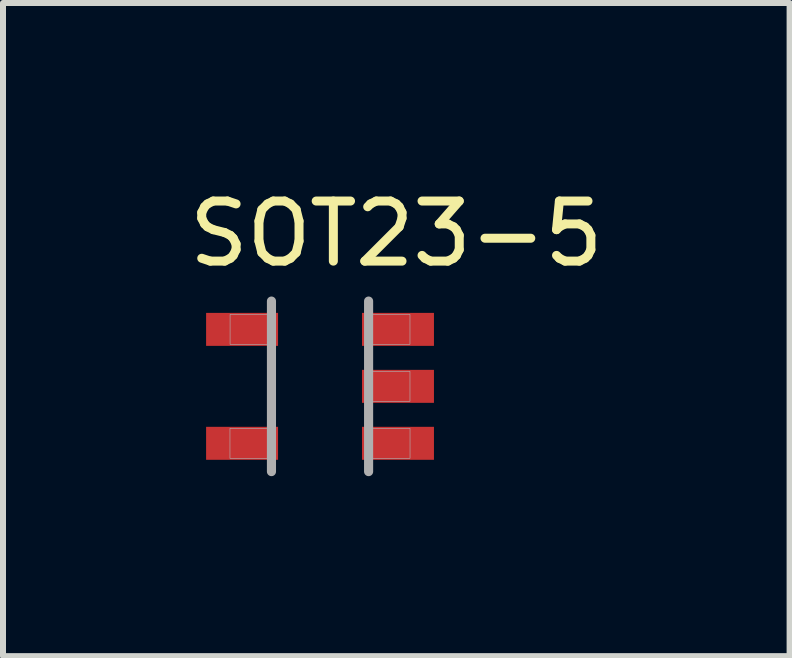
<source format=kicad_pcb>
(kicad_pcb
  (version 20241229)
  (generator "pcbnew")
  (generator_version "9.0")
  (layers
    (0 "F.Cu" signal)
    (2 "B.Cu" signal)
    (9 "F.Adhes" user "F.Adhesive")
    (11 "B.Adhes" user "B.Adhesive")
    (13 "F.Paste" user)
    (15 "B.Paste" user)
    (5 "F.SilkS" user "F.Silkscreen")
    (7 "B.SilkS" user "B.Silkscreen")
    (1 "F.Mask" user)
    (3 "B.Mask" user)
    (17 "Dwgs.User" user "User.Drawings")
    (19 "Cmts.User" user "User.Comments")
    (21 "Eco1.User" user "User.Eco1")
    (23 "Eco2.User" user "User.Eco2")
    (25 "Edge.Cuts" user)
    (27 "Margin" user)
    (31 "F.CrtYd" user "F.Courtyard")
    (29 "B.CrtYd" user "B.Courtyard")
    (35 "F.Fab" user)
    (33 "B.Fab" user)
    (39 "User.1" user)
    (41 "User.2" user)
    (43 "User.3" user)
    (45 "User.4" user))
  (footprint "SOT23-5"
    (layer "F.Cu")
    (at 2.287 3.393)
    (property "Reference" "SOT23-5" (at 1.272 -2.544 0) (layer "F.SilkS") (effects (font (size 1.002 1.002) (thickness 0.15))))
    (attr smd)
    (fp_line (start -0.81 1.422) (end -0.81 -1.422) (stroke (width 0.152) (type solid)) (layer "F.Fab"))
    (fp_line (start 0.81 -1.422) (end 0.81 1.422) (stroke (width 0.152) (type solid)) (layer "F.Fab"))
    (fp_poly (pts (xy -1.502 0.7) (xy -0.85 0.7) (xy -0.85 1.202) (xy -1.502 1.202)) (stroke (width 0.01) (type solid)) (fill no) (layer "F.Fab"))
    (fp_poly (pts (xy -1.5 -1.2) (xy -0.85 -1.2) (xy -0.85 -0.7) (xy -1.5 -0.7)) (stroke (width 0.01) (type solid)) (fill no) (layer "F.Fab"))
    (fp_poly (pts (xy 0.85 0.701) (xy 1.501 0.701) (xy 1.501 1.2) (xy 0.85 1.2)) (stroke (width 0.01) (type solid)) (fill no) (layer "F.Fab"))
    (fp_poly (pts (xy 0.85 -0.25) (xy 1.5 -0.25) (xy 1.5 0.25) (xy 0.85 0.25)) (stroke (width 0.01) (type solid)) (fill no) (layer "F.Fab"))
    (fp_poly (pts (xy 0.851 -1.2) (xy 1.5 -1.2) (xy 1.5 -0.701) (xy 0.851 -0.701)) (stroke (width 0.01) (type solid)) (fill no) (layer "F.Fab"))
    (pad "1" smd rect (at 1.3 0.95) (size 1.2 0.55) (layers "F.Cu" "F.Mask" "F.Paste"))
    (pad "2" smd rect (at 1.3 0) (size 1.2 0.55) (layers "F.Cu" "F.Mask" "F.Paste"))
    (pad "3" smd rect (at 1.3 -0.95) (size 1.2 0.55) (layers "F.Cu" "F.Mask" "F.Paste"))
    (pad "4" smd rect (at -1.3 -0.95) (size 1.2 0.55) (layers "F.Cu" "F.Mask" "F.Paste"))
    (pad "5" smd rect (at -1.3 0.95) (size 1.2 0.55) (layers "F.Cu" "F.Mask" "F.Paste")))
  (gr_rect
    (start -3 -3)
    (end 10.118 7.892)
    (stroke (width 0.1) (type default))
    (fill no)
    (layer "Edge.Cuts")))
</source>
